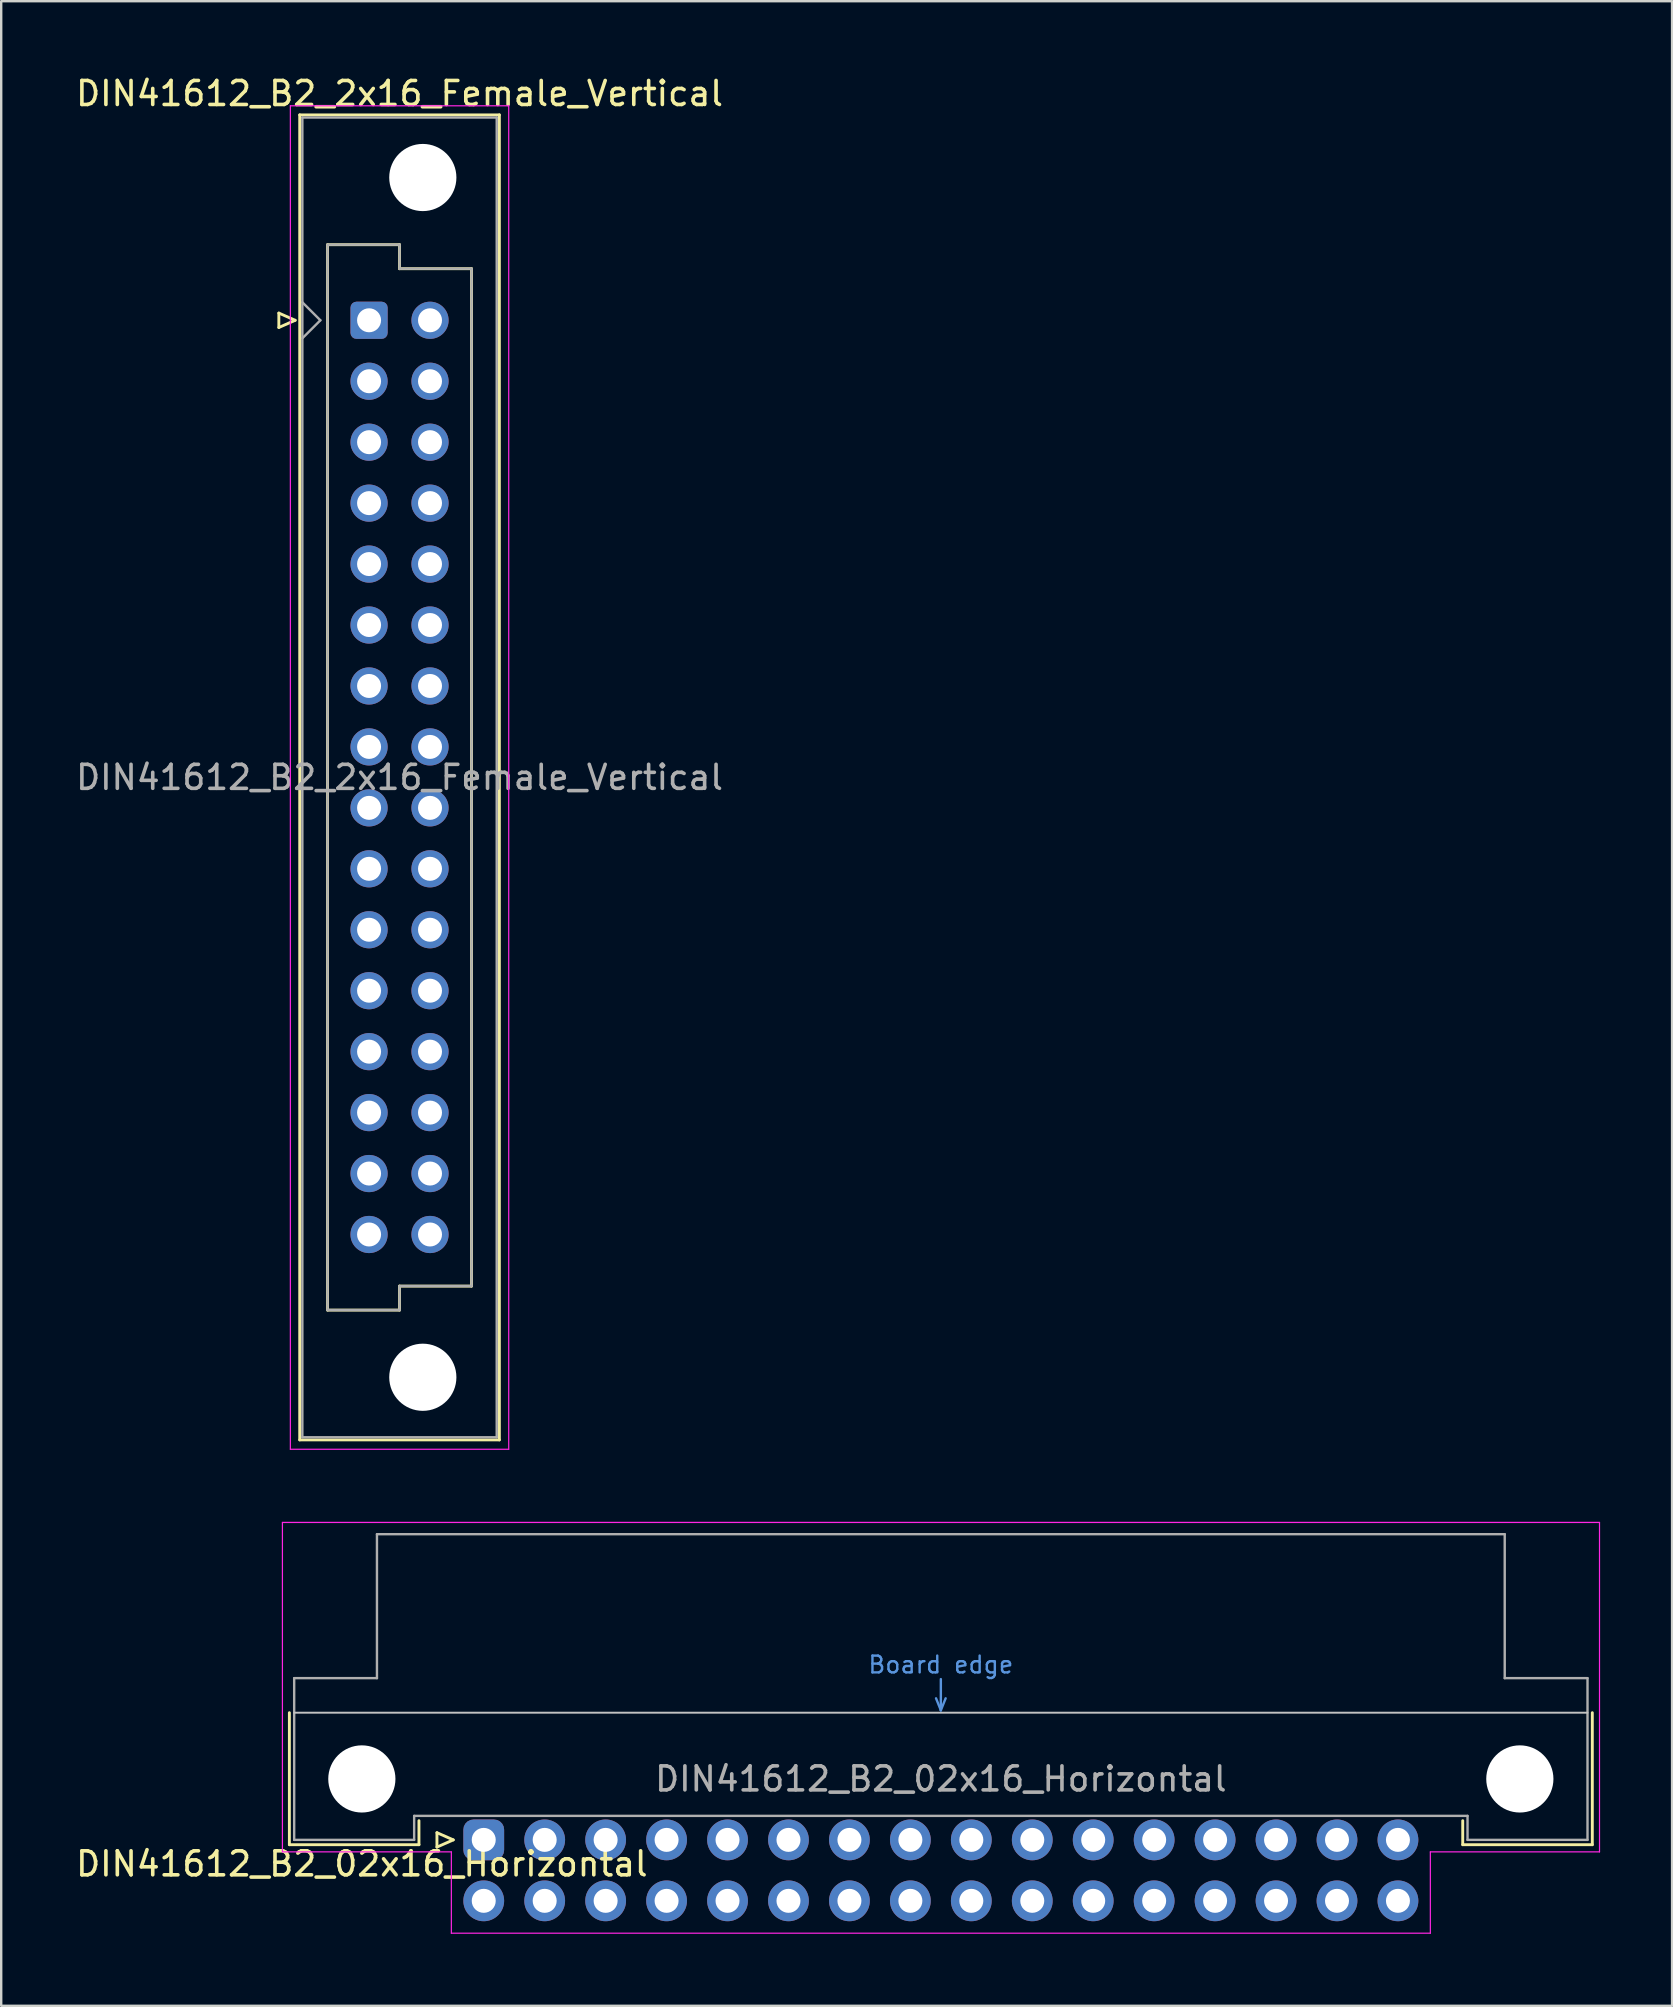
<source format=kicad_pcb>
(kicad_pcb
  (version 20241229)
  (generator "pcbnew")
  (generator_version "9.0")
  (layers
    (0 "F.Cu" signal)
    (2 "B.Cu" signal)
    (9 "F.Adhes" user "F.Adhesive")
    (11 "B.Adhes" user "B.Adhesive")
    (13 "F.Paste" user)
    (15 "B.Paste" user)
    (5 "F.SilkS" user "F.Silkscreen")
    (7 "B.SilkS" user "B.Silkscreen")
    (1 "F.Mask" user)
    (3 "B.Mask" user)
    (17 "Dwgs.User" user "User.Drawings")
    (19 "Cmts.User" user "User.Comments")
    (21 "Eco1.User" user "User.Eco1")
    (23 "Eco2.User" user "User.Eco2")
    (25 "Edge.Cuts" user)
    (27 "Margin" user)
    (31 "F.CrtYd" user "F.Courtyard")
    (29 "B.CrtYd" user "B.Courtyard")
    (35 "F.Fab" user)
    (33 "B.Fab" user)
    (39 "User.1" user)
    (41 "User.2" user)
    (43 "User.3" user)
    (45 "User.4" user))
  (footprint "DIN41612_B2_02x16_Horizontal"
    (layer "F.Cu")
    (at 17.11 73.628)
    (property "Reference" "DIN41612_B2_02x16_Horizontal" (at -5.08 1 0) (layer "F.SilkS") (effects (font (size 1 1) (thickness 0.15))))
    (attr through_hole)
    (fp_line (start -8.1 -5.3) (end -8.1 0.2) (stroke (width 0.12) (type solid)) (layer "F.SilkS"))
    (fp_line (start -8.1 0.2) (end -2.7 0.2) (stroke (width 0.12) (type solid)) (layer "F.SilkS"))
    (fp_line (start -2.7 0.2) (end -2.7 -0.8) (stroke (width 0.12) (type solid)) (layer "F.SilkS"))
    (fp_line (start -1.95 -0.3) (end -1.95 0.3) (stroke (width 0.12) (type solid)) (layer "F.SilkS"))
    (fp_line (start -1.95 0.3) (end -1.27 0) (stroke (width 0.12) (type solid)) (layer "F.SilkS"))
    (fp_line (start -1.27 0) (end -1.95 -0.3) (stroke (width 0.12) (type solid)) (layer "F.SilkS"))
    (fp_line (start 40.8 0.2) (end 40.8 -0.8) (stroke (width 0.12) (type solid)) (layer "F.SilkS"))
    (fp_line (start 46.2 -5.3) (end 46.2 0.2) (stroke (width 0.12) (type solid)) (layer "F.SilkS"))
    (fp_line (start 46.2 0.2) (end 40.8 0.2) (stroke (width 0.12) (type solid)) (layer "F.SilkS"))
    (fp_line (start -7.9 -5.3) (end 46 -5.3) (stroke (width 0.08) (type solid)) (layer "Dwgs.User"))
    (fp_line (start 18.85 -5.9) (end 19.05 -5.4) (stroke (width 0.1) (type solid)) (layer "Cmts.User"))
    (fp_line (start 19.05 -5.4) (end 19.05 -6.7) (stroke (width 0.1) (type solid)) (layer "Cmts.User"))
    (fp_line (start 19.05 -5.4) (end 19.25 -5.9) (stroke (width 0.1) (type solid)) (layer "Cmts.User"))
    (fp_line (start -8.39 -13.23) (end -8.39 0.5) (stroke (width 0.05) (type solid)) (layer "F.CrtYd"))
    (fp_line (start -8.39 0.5) (end -1.35 0.5) (stroke (width 0.05) (type solid)) (layer "F.CrtYd"))
    (fp_line (start -1.35 0.5) (end -1.35 3.89) (stroke (width 0.05) (type solid)) (layer "F.CrtYd"))
    (fp_line (start -1.35 3.89) (end 39.45 3.89) (stroke (width 0.05) (type solid)) (layer "F.CrtYd"))
    (fp_line (start 39.45 0.5) (end 46.5 0.5) (stroke (width 0.05) (type solid)) (layer "F.CrtYd"))
    (fp_line (start 39.45 3.89) (end 39.45 0.5) (stroke (width 0.05) (type solid)) (layer "F.CrtYd"))
    (fp_line (start 46.5 -13.23) (end -8.39 -13.23) (stroke (width 0.05) (type solid)) (layer "F.CrtYd"))
    (fp_line (start 46.5 0.5) (end 46.5 -13.23) (stroke (width 0.05) (type solid)) (layer "F.CrtYd"))
    (fp_line (start -7.9 -6.74) (end -7.9 0) (stroke (width 0.1) (type solid)) (layer "F.Fab"))
    (fp_line (start -7.9 0) (end -2.9 0) (stroke (width 0.1) (type solid)) (layer "F.Fab"))
    (fp_line (start -4.45 -12.74) (end -4.45 -6.74) (stroke (width 0.1) (type solid)) (layer "F.Fab"))
    (fp_line (start -4.45 -6.74) (end -7.9 -6.74) (stroke (width 0.1) (type solid)) (layer "F.Fab"))
    (fp_line (start -2.9 -1) (end 41 -1) (stroke (width 0.1) (type solid)) (layer "F.Fab"))
    (fp_line (start -2.9 0) (end -2.9 -1) (stroke (width 0.1) (type solid)) (layer "F.Fab"))
    (fp_line (start 41 -1) (end 41 0) (stroke (width 0.1) (type solid)) (layer "F.Fab"))
    (fp_line (start 41 0) (end 46 0) (stroke (width 0.1) (type solid)) (layer "F.Fab"))
    (fp_line (start 42.55 -12.74) (end -4.45 -12.74) (stroke (width 0.1) (type solid)) (layer "F.Fab"))
    (fp_line (start 42.55 -6.74) (end 42.55 -12.74) (stroke (width 0.1) (type solid)) (layer "F.Fab"))
    (fp_line (start 46 -6.74) (end 42.55 -6.74) (stroke (width 0.1) (type solid)) (layer "F.Fab"))
    (fp_line (start 46 0) (end 46 -6.74) (stroke (width 0.1) (type solid)) (layer "F.Fab"))
    (fp_text user "Board edge" (at 19.05 -7.3 0) (layer "Cmts.User") (effects (font (size 0.7 0.7) (thickness 0.1))))
    (fp_text user "${REFERENCE}" (at 19.05 -2.54 0) (layer "F.Fab") (effects (font (size 1 1) (thickness 0.15))))
    (pad "" np_thru_hole circle (at -5.08 -2.54) (size 2.8 2.8) (drill 2.8) (layers "*.Cu" "*.Mask"))
    (pad "" np_thru_hole circle (at 43.18 -2.54) (size 2.8 2.8) (drill 2.8) (layers "*.Cu" "*.Mask"))
    (pad "a1" thru_hole roundrect (at 0 0) (size 1.7 1.7) (drill 1) (layers "*.Cu" "*.Mask") (roundrect_rratio 0.25))
    (pad "a2" thru_hole circle (at 2.54 0) (size 1.7 1.7) (drill 1) (layers "*.Cu" "*.Mask"))
    (pad "a3" thru_hole circle (at 5.08 0) (size 1.7 1.7) (drill 1) (layers "*.Cu" "*.Mask"))
    (pad "a4" thru_hole circle (at 7.62 0) (size 1.7 1.7) (drill 1) (layers "*.Cu" "*.Mask"))
    (pad "a5" thru_hole circle (at 10.16 0) (size 1.7 1.7) (drill 1) (layers "*.Cu" "*.Mask"))
    (pad "a6" thru_hole circle (at 12.7 0) (size 1.7 1.7) (drill 1) (layers "*.Cu" "*.Mask"))
    (pad "a7" thru_hole circle (at 15.24 0) (size 1.7 1.7) (drill 1) (layers "*.Cu" "*.Mask"))
    (pad "a8" thru_hole circle (at 17.78 0) (size 1.7 1.7) (drill 1) (layers "*.Cu" "*.Mask"))
    (pad "a9" thru_hole circle (at 20.32 0) (size 1.7 1.7) (drill 1) (layers "*.Cu" "*.Mask"))
    (pad "a10" thru_hole circle (at 22.86 0) (size 1.7 1.7) (drill 1) (layers "*.Cu" "*.Mask"))
    (pad "a11" thru_hole circle (at 25.4 0) (size 1.7 1.7) (drill 1) (layers "*.Cu" "*.Mask"))
    (pad "a12" thru_hole circle (at 27.94 0) (size 1.7 1.7) (drill 1) (layers "*.Cu" "*.Mask"))
    (pad "a13" thru_hole circle (at 30.48 0) (size 1.7 1.7) (drill 1) (layers "*.Cu" "*.Mask"))
    (pad "a14" thru_hole circle (at 33.02 0) (size 1.7 1.7) (drill 1) (layers "*.Cu" "*.Mask"))
    (pad "a15" thru_hole circle (at 35.56 0) (size 1.7 1.7) (drill 1) (layers "*.Cu" "*.Mask"))
    (pad "a16" thru_hole circle (at 38.1 0) (size 1.7 1.7) (drill 1) (layers "*.Cu" "*.Mask"))
    (pad "b1" thru_hole circle (at 0 2.54) (size 1.7 1.7) (drill 1) (layers "*.Cu" "*.Mask"))
    (pad "b2" thru_hole circle (at 2.54 2.54) (size 1.7 1.7) (drill 1) (layers "*.Cu" "*.Mask"))
    (pad "b3" thru_hole circle (at 5.08 2.54) (size 1.7 1.7) (drill 1) (layers "*.Cu" "*.Mask"))
    (pad "b4" thru_hole circle (at 7.62 2.54) (size 1.7 1.7) (drill 1) (layers "*.Cu" "*.Mask"))
    (pad "b5" thru_hole circle (at 10.16 2.54) (size 1.7 1.7) (drill 1) (layers "*.Cu" "*.Mask"))
    (pad "b6" thru_hole circle (at 12.7 2.54) (size 1.7 1.7) (drill 1) (layers "*.Cu" "*.Mask"))
    (pad "b7" thru_hole circle (at 15.24 2.54) (size 1.7 1.7) (drill 1) (layers "*.Cu" "*.Mask"))
    (pad "b8" thru_hole circle (at 17.78 2.54) (size 1.7 1.7) (drill 1) (layers "*.Cu" "*.Mask"))
    (pad "b9" thru_hole circle (at 20.32 2.54) (size 1.7 1.7) (drill 1) (layers "*.Cu" "*.Mask"))
    (pad "b10" thru_hole circle (at 22.86 2.54) (size 1.7 1.7) (drill 1) (layers "*.Cu" "*.Mask"))
    (pad "b11" thru_hole circle (at 25.4 2.54) (size 1.7 1.7) (drill 1) (layers "*.Cu" "*.Mask"))
    (pad "b12" thru_hole circle (at 27.94 2.54) (size 1.7 1.7) (drill 1) (layers "*.Cu" "*.Mask"))
    (pad "b13" thru_hole circle (at 30.48 2.54) (size 1.7 1.7) (drill 1) (layers "*.Cu" "*.Mask"))
    (pad "b14" thru_hole circle (at 33.02 2.54) (size 1.7 1.7) (drill 1) (layers "*.Cu" "*.Mask"))
    (pad "b15" thru_hole circle (at 35.56 2.54) (size 1.7 1.7) (drill 1) (layers "*.Cu" "*.Mask"))
    (pad "b16" thru_hole circle (at 38.1 2.54) (size 1.7 1.7) (drill 1) (layers "*.Cu" "*.Mask")))
  (footprint "DIN41612_B2_2x16_Female_Vertical"
    (layer "F.Cu")
    (at 12.331 10.298)
    (property "Reference" "DIN41612_B2_2x16_Female_Vertical" (at 1.27 -9.45 0) (layer "F.SilkS") (effects (font (size 1 1) (thickness 0.15))))
    (attr through_hole)
    (fp_line (start -3.76 -0.3) (end -3.76 0.3) (stroke (width 0.12) (type solid)) (layer "F.SilkS"))
    (fp_line (start -3.76 0.3) (end -3.08 0) (stroke (width 0.12) (type solid)) (layer "F.SilkS"))
    (fp_line (start -3.08 0) (end -3.76 -0.3) (stroke (width 0.12) (type solid)) (layer "F.SilkS"))
    (fp_line (start -2.89 -8.56) (end 5.43 -8.56) (stroke (width 0.12) (type solid)) (layer "F.SilkS"))
    (fp_line (start -2.89 46.66) (end -2.89 -8.56) (stroke (width 0.12) (type solid)) (layer "F.SilkS"))
    (fp_line (start -1.73 -3.15) (end 1.27 -3.15) (stroke (width 0.12) (type solid)) (layer "F.SilkS"))
    (fp_line (start -1.73 41.25) (end -1.73 -3.15) (stroke (width 0.12) (type solid)) (layer "F.SilkS"))
    (fp_line (start 1.27 -3.15) (end 1.27 -2.15) (stroke (width 0.12) (type solid)) (layer "F.SilkS"))
    (fp_line (start 1.27 -2.15) (end 4.27 -2.15) (stroke (width 0.12) (type solid)) (layer "F.SilkS"))
    (fp_line (start 1.27 40.25) (end 1.27 41.25) (stroke (width 0.12) (type solid)) (layer "F.SilkS"))
    (fp_line (start 1.27 41.25) (end -1.73 41.25) (stroke (width 0.12) (type solid)) (layer "F.SilkS"))
    (fp_line (start 4.27 -2.15) (end 4.27 40.25) (stroke (width 0.12) (type solid)) (layer "F.SilkS"))
    (fp_line (start 4.27 40.25) (end 1.27 40.25) (stroke (width 0.12) (type solid)) (layer "F.SilkS"))
    (fp_line (start 5.43 -8.56) (end 5.43 46.66) (stroke (width 0.12) (type solid)) (layer "F.SilkS"))
    (fp_line (start 5.43 46.66) (end -2.89 46.66) (stroke (width 0.12) (type solid)) (layer "F.SilkS"))
    (fp_line (start -3.28 -8.94) (end 5.82 -8.94) (stroke (width 0.05) (type solid)) (layer "F.CrtYd"))
    (fp_line (start -3.28 47.05) (end -3.28 -8.94) (stroke (width 0.05) (type solid)) (layer "F.CrtYd"))
    (fp_line (start 5.82 -8.94) (end 5.82 47.05) (stroke (width 0.05) (type solid)) (layer "F.CrtYd"))
    (fp_line (start 5.82 47.05) (end -3.28 47.05) (stroke (width 0.05) (type solid)) (layer "F.CrtYd"))
    (fp_line (start -2.78 -8.45) (end 5.32 -8.45) (stroke (width 0.1) (type solid)) (layer "F.Fab"))
    (fp_line (start -2.78 -0.75) (end -2.03 0) (stroke (width 0.1) (type solid)) (layer "F.Fab"))
    (fp_line (start -2.78 46.55) (end -2.78 -8.45) (stroke (width 0.1) (type solid)) (layer "F.Fab"))
    (fp_line (start -2.03 0) (end -2.78 0.75) (stroke (width 0.1) (type solid)) (layer "F.Fab"))
    (fp_line (start -1.73 -3.15) (end 1.27 -3.15) (stroke (width 0.1) (type solid)) (layer "F.Fab"))
    (fp_line (start -1.73 41.25) (end -1.73 -3.15) (stroke (width 0.1) (type solid)) (layer "F.Fab"))
    (fp_line (start 1.27 -3.15) (end 1.27 -2.15) (stroke (width 0.1) (type solid)) (layer "F.Fab"))
    (fp_line (start 1.27 -2.15) (end 4.27 -2.15) (stroke (width 0.1) (type solid)) (layer "F.Fab"))
    (fp_line (start 1.27 40.25) (end 1.27 41.25) (stroke (width 0.1) (type solid)) (layer "F.Fab"))
    (fp_line (start 1.27 41.25) (end -1.73 41.25) (stroke (width 0.1) (type solid)) (layer "F.Fab"))
    (fp_line (start 4.27 -2.15) (end 4.27 40.25) (stroke (width 0.1) (type solid)) (layer "F.Fab"))
    (fp_line (start 4.27 40.25) (end 1.27 40.25) (stroke (width 0.1) (type solid)) (layer "F.Fab"))
    (fp_line (start 5.32 -8.45) (end 5.32 46.55) (stroke (width 0.1) (type solid)) (layer "F.Fab"))
    (fp_line (start 5.32 46.55) (end -2.78 46.55) (stroke (width 0.1) (type solid)) (layer "F.Fab"))
    (fp_text user "${REFERENCE}" (at 1.27 19.05 0) (layer "F.Fab") (effects (font (size 1 1) (thickness 0.15))))
    (pad "" np_thru_hole circle (at 2.24 -5.95) (size 2.8 2.8) (drill 2.8) (layers "*.Cu" "*.Mask"))
    (pad "" np_thru_hole circle (at 2.24 44.05) (size 2.8 2.8) (drill 2.8) (layers "*.Cu" "*.Mask"))
    (pad "a1" thru_hole roundrect (at 0 0) (size 1.55 1.55) (drill 1) (layers "*.Cu" "*.Mask") (roundrect_rratio 0.161))
    (pad "a2" thru_hole circle (at 0 2.54) (size 1.55 1.55) (drill 1) (layers "*.Cu" "*.Mask"))
    (pad "a3" thru_hole circle (at 0 5.08) (size 1.55 1.55) (drill 1) (layers "*.Cu" "*.Mask"))
    (pad "a4" thru_hole circle (at 0 7.62) (size 1.55 1.55) (drill 1) (layers "*.Cu" "*.Mask"))
    (pad "a5" thru_hole circle (at 0 10.16) (size 1.55 1.55) (drill 1) (layers "*.Cu" "*.Mask"))
    (pad "a6" thru_hole circle (at 0 12.7) (size 1.55 1.55) (drill 1) (layers "*.Cu" "*.Mask"))
    (pad "a7" thru_hole circle (at 0 15.24) (size 1.55 1.55) (drill 1) (layers "*.Cu" "*.Mask"))
    (pad "a8" thru_hole circle (at 0 17.78) (size 1.55 1.55) (drill 1) (layers "*.Cu" "*.Mask"))
    (pad "a9" thru_hole circle (at 0 20.32) (size 1.55 1.55) (drill 1) (layers "*.Cu" "*.Mask"))
    (pad "a10" thru_hole circle (at 0 22.86) (size 1.55 1.55) (drill 1) (layers "*.Cu" "*.Mask"))
    (pad "a11" thru_hole circle (at 0 25.4) (size 1.55 1.55) (drill 1) (layers "*.Cu" "*.Mask"))
    (pad "a12" thru_hole circle (at 0 27.94) (size 1.55 1.55) (drill 1) (layers "*.Cu" "*.Mask"))
    (pad "a13" thru_hole circle (at 0 30.48) (size 1.55 1.55) (drill 1) (layers "*.Cu" "*.Mask"))
    (pad "a14" thru_hole circle (at 0 33.02) (size 1.55 1.55) (drill 1) (layers "*.Cu" "*.Mask"))
    (pad "a15" thru_hole circle (at 0 35.56) (size 1.55 1.55) (drill 1) (layers "*.Cu" "*.Mask"))
    (pad "a16" thru_hole circle (at 0 38.1) (size 1.55 1.55) (drill 1) (layers "*.Cu" "*.Mask"))
    (pad "b1" thru_hole circle (at 2.54 0) (size 1.55 1.55) (drill 1) (layers "*.Cu" "*.Mask"))
    (pad "b2" thru_hole circle (at 2.54 2.54) (size 1.55 1.55) (drill 1) (layers "*.Cu" "*.Mask"))
    (pad "b3" thru_hole circle (at 2.54 5.08) (size 1.55 1.55) (drill 1) (layers "*.Cu" "*.Mask"))
    (pad "b4" thru_hole circle (at 2.54 7.62) (size 1.55 1.55) (drill 1) (layers "*.Cu" "*.Mask"))
    (pad "b5" thru_hole circle (at 2.54 10.16) (size 1.55 1.55) (drill 1) (layers "*.Cu" "*.Mask"))
    (pad "b6" thru_hole circle (at 2.54 12.7) (size 1.55 1.55) (drill 1) (layers "*.Cu" "*.Mask"))
    (pad "b7" thru_hole circle (at 2.54 15.24) (size 1.55 1.55) (drill 1) (layers "*.Cu" "*.Mask"))
    (pad "b8" thru_hole circle (at 2.54 17.78) (size 1.55 1.55) (drill 1) (layers "*.Cu" "*.Mask"))
    (pad "b9" thru_hole circle (at 2.54 20.32) (size 1.55 1.55) (drill 1) (layers "*.Cu" "*.Mask"))
    (pad "b10" thru_hole circle (at 2.54 22.86) (size 1.55 1.55) (drill 1) (layers "*.Cu" "*.Mask"))
    (pad "b11" thru_hole circle (at 2.54 25.4) (size 1.55 1.55) (drill 1) (layers "*.Cu" "*.Mask"))
    (pad "b12" thru_hole circle (at 2.54 27.94) (size 1.55 1.55) (drill 1) (layers "*.Cu" "*.Mask"))
    (pad "b13" thru_hole circle (at 2.54 30.48) (size 1.55 1.55) (drill 1) (layers "*.Cu" "*.Mask"))
    (pad "b14" thru_hole circle (at 2.54 33.02) (size 1.55 1.55) (drill 1) (layers "*.Cu" "*.Mask"))
    (pad "b15" thru_hole circle (at 2.54 35.56) (size 1.55 1.55) (drill 1) (layers "*.Cu" "*.Mask"))
    (pad "b16" thru_hole circle (at 2.54 38.1) (size 1.55 1.55) (drill 1) (layers "*.Cu" "*.Mask")))
  (gr_rect
    (start -3 -3)
    (end 66.635 80.543)
    (stroke (width 0.1) (type default))
    (fill no)
    (layer "Edge.Cuts")))
</source>
